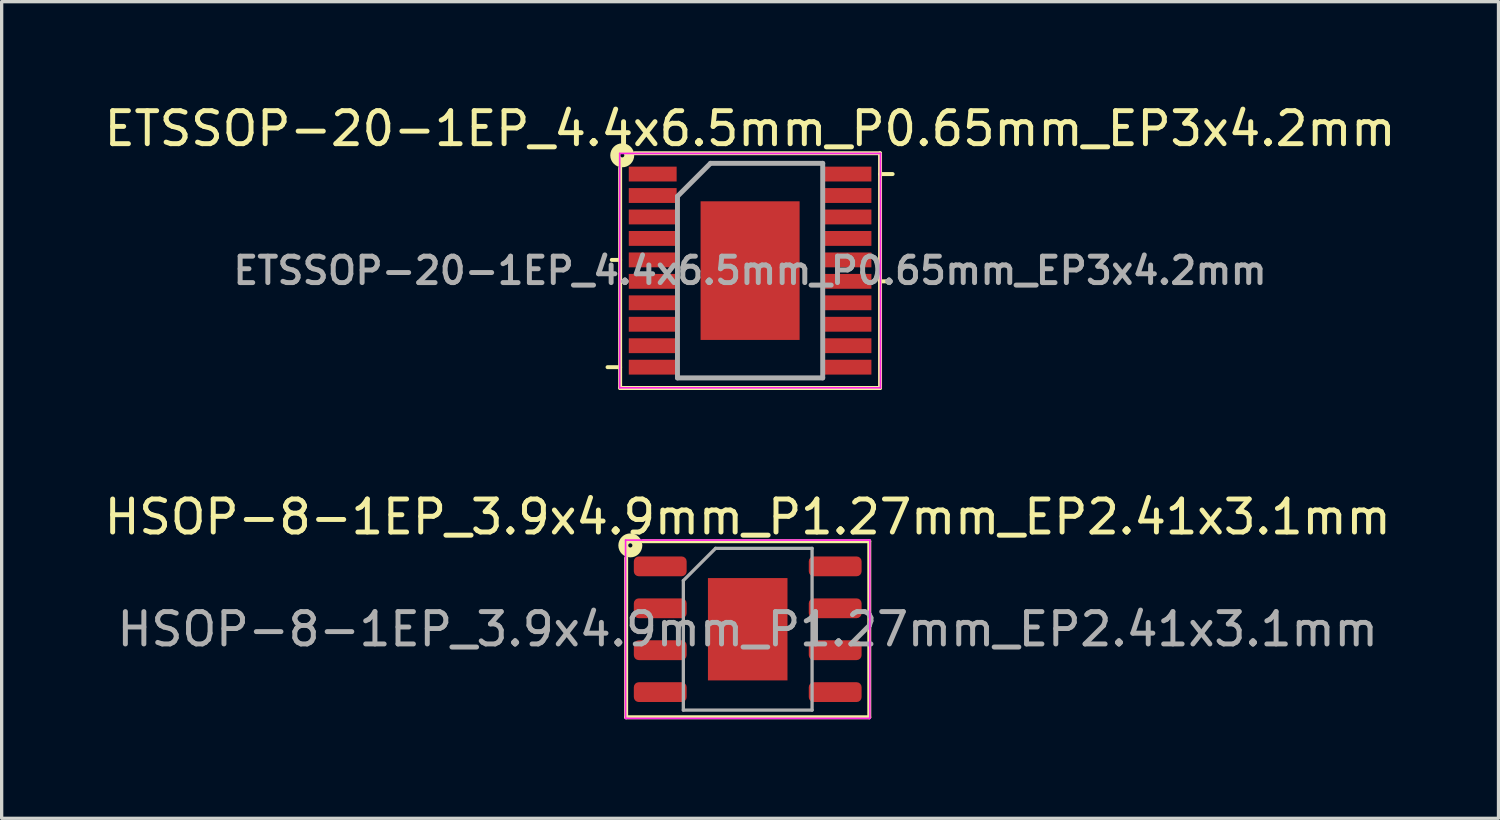
<source format=kicad_pcb>
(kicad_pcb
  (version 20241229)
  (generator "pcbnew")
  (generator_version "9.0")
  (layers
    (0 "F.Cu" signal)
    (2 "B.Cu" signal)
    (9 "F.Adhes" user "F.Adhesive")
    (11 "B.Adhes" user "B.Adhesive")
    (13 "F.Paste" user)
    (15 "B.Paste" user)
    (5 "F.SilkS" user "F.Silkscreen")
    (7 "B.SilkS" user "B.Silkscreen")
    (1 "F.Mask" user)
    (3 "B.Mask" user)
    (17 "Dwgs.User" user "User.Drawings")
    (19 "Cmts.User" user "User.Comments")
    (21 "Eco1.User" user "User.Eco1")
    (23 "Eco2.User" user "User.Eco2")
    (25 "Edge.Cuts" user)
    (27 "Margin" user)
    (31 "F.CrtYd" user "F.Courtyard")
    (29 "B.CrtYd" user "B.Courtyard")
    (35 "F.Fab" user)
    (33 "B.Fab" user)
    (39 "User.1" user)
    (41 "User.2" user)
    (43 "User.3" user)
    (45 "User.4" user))
  (footprint "HSOP-8-1EP_3.9x4.9mm_P1.27mm_EP2.41x3.1mm"
    (layer "F.Cu")
    (at 19.601 16.012)
    (property "Reference" "HSOP-8-1EP_3.9x4.9mm_P1.27mm_EP2.41x3.1mm" (at 0 -3.4 0) (layer "F.SilkS") (effects (font (size 1 1) (thickness 0.15))))
    (attr smd)
    (fp_line (start -3.683 2.667) (end -3.683 -2.159) (stroke (width 0.12) (type solid)) (layer "F.SilkS"))
    (fp_line (start -3.175 -2.667) (end 3.683 -2.667) (stroke (width 0.12) (type solid)) (layer "F.SilkS"))
    (fp_line (start 3.683 -2.667) (end 3.683 2.667) (stroke (width 0.12) (type solid)) (layer "F.SilkS"))
    (fp_line (start 3.683 2.667) (end -3.683 2.667) (stroke (width 0.12) (type solid)) (layer "F.SilkS"))
    (fp_circle (center -3.556 -2.54) (end -3.493 -2.54) (stroke (width 0.3) (type solid)) (fill no) (layer "F.SilkS"))
    (fp_line (start -3.7 -2.7) (end -3.7 2.7) (stroke (width 0.05) (type solid)) (layer "F.CrtYd"))
    (fp_line (start -3.7 2.7) (end 3.7 2.7) (stroke (width 0.05) (type solid)) (layer "F.CrtYd"))
    (fp_line (start 3.7 -2.7) (end -3.7 -2.7) (stroke (width 0.05) (type solid)) (layer "F.CrtYd"))
    (fp_line (start 3.7 2.7) (end 3.7 -2.7) (stroke (width 0.05) (type solid)) (layer "F.CrtYd"))
    (fp_line (start -1.95 -1.475) (end -0.975 -2.45) (stroke (width 0.1) (type solid)) (layer "F.Fab"))
    (fp_line (start -1.95 2.45) (end -1.95 -1.475) (stroke (width 0.1) (type solid)) (layer "F.Fab"))
    (fp_line (start -0.975 -2.45) (end 1.95 -2.45) (stroke (width 0.1) (type solid)) (layer "F.Fab"))
    (fp_line (start 1.95 -2.45) (end 1.95 2.45) (stroke (width 0.1) (type solid)) (layer "F.Fab"))
    (fp_line (start 1.95 2.45) (end -1.95 2.45) (stroke (width 0.1) (type solid)) (layer "F.Fab"))
    (fp_text user "${REFERENCE}" (at 0 0 0) (layer "F.Fab") (effects (font (size 0.98 0.98) (thickness 0.15))))
    (pad "" smd roundrect (at -0.6 -0.775) (size 0.97 1.25) (layers "F.Paste") (roundrect_rratio 0.25))
    (pad "" smd roundrect (at -0.6 0.775) (size 0.97 1.25) (layers "F.Paste") (roundrect_rratio 0.25))
    (pad "" smd roundrect (at 0.6 -0.775) (size 0.97 1.25) (layers "F.Paste") (roundrect_rratio 0.25))
    (pad "" smd roundrect (at 0.6 0.775) (size 0.97 1.25) (layers "F.Paste") (roundrect_rratio 0.25))
    (pad "1" smd roundrect (at -2.65 -1.905) (size 1.6 0.6) (layers "F.Cu" "F.Mask" "F.Paste") (roundrect_rratio 0.25))
    (pad "2" smd roundrect (at -2.65 -0.635) (size 1.6 0.6) (layers "F.Cu" "F.Mask" "F.Paste") (roundrect_rratio 0.25))
    (pad "3" smd roundrect (at -2.65 0.635) (size 1.6 0.6) (layers "F.Cu" "F.Mask" "F.Paste") (roundrect_rratio 0.25))
    (pad "4" smd roundrect (at -2.65 1.905) (size 1.6 0.6) (layers "F.Cu" "F.Mask" "F.Paste") (roundrect_rratio 0.25))
    (pad "5" smd roundrect (at 2.65 1.905) (size 1.6 0.6) (layers "F.Cu" "F.Mask" "F.Paste") (roundrect_rratio 0.25))
    (pad "6" smd roundrect (at 2.65 0.635) (size 1.6 0.6) (layers "F.Cu" "F.Mask" "F.Paste") (roundrect_rratio 0.25))
    (pad "7" smd roundrect (at 2.65 -0.635) (size 1.6 0.6) (layers "F.Cu" "F.Mask" "F.Paste") (roundrect_rratio 0.25))
    (pad "8" smd roundrect (at 2.65 -1.905) (size 1.6 0.6) (layers "F.Cu" "F.Mask" "F.Paste") (roundrect_rratio 0.25))
    (pad "9" smd rect (at 0 0) (size 2.41 3.1) (layers "F.Cu" "F.Mask")))
  (footprint "ETSSOP-20-1EP_4.4x6.5mm_P0.65mm_EP3x4.2mm"
    (layer "F.Cu")
    (at 19.673 5.148)
    (property "Reference" "ETSSOP-20-1EP_4.4x6.5mm_P0.65mm_EP3x4.2mm" (at 0 -4.3 0) (layer "F.SilkS") (effects (font (size 1 1) (thickness 0.15))))
    (attr smd)
    (fp_line (start -3.937 -0.325) (end -4.191 -0.325) (stroke (width 0.12) (type solid)) (layer "F.SilkS"))
    (fp_line (start -3.937 2.925) (end -4.318 2.925) (stroke (width 0.12) (type solid)) (layer "F.SilkS"))
    (fp_line (start -3.937 3.556) (end -3.937 -3.111) (stroke (width 0.12) (type solid)) (layer "F.SilkS"))
    (fp_line (start -3.493 -3.556) (end 3.937 -3.556) (stroke (width 0.12) (type solid)) (layer "F.SilkS"))
    (fp_line (start 3.937 -3.556) (end 3.937 3.556) (stroke (width 0.12) (type solid)) (layer "F.SilkS"))
    (fp_line (start 3.937 -2.925) (end 4.318 -2.925) (stroke (width 0.12) (type solid)) (layer "F.SilkS"))
    (fp_line (start 3.937 0.325) (end 4.191 0.325) (stroke (width 0.12) (type solid)) (layer "F.SilkS"))
    (fp_line (start 3.937 3.556) (end -3.937 3.556) (stroke (width 0.12) (type solid)) (layer "F.SilkS"))
    (fp_circle (center -3.873 -3.493) (end -3.81 -3.493) (stroke (width 0.3) (type solid)) (fill no) (layer "F.SilkS"))
    (fp_line (start -3.95 -3.55) (end -3.95 3.55) (stroke (width 0.05) (type solid)) (layer "F.CrtYd"))
    (fp_line (start -3.95 -3.55) (end 3.95 -3.55) (stroke (width 0.05) (type solid)) (layer "F.CrtYd"))
    (fp_line (start -3.95 3.55) (end 3.95 3.55) (stroke (width 0.05) (type solid)) (layer "F.CrtYd"))
    (fp_line (start 3.95 -3.55) (end 3.95 3.55) (stroke (width 0.05) (type solid)) (layer "F.CrtYd"))
    (fp_line (start -2.2 -2.25) (end -1.2 -3.25) (stroke (width 0.15) (type solid)) (layer "F.Fab"))
    (fp_line (start -2.2 3.25) (end -2.2 -2.25) (stroke (width 0.15) (type solid)) (layer "F.Fab"))
    (fp_line (start -1.2 -3.25) (end 2.2 -3.25) (stroke (width 0.15) (type solid)) (layer "F.Fab"))
    (fp_line (start 2.2 -3.25) (end 2.2 3.25) (stroke (width 0.15) (type solid)) (layer "F.Fab"))
    (fp_line (start 2.2 3.25) (end -2.2 3.25) (stroke (width 0.15) (type solid)) (layer "F.Fab"))
    (fp_text user "${REFERENCE}" (at 0 0 0) (layer "F.Fab") (effects (font (size 0.8 0.8) (thickness 0.15))))
    (pad "" smd rect (at -0.75 -1.4) (size 1.2 1.14) (layers "F.Paste"))
    (pad "" smd rect (at -0.75 0) (size 1.2 1.14) (layers "F.Paste"))
    (pad "" smd rect (at -0.75 1.4) (size 1.2 1.14) (layers "F.Paste"))
    (pad "" smd rect (at 0.75 -1.4) (size 1.2 1.14) (layers "F.Paste"))
    (pad "" smd rect (at 0.75 0) (size 1.2 1.14) (layers "F.Paste"))
    (pad "" smd rect (at 0.75 1.4) (size 1.2 1.14) (layers "F.Paste"))
    (pad "1" smd rect (at -2.95 -2.925) (size 1.45 0.45) (layers "F.Cu" "F.Mask" "F.Paste"))
    (pad "2" smd rect (at -2.95 -2.275) (size 1.45 0.45) (layers "F.Cu" "F.Mask" "F.Paste"))
    (pad "3" smd rect (at -2.95 -1.625) (size 1.45 0.45) (layers "F.Cu" "F.Mask" "F.Paste"))
    (pad "4" smd rect (at -2.95 -0.975) (size 1.45 0.45) (layers "F.Cu" "F.Mask" "F.Paste"))
    (pad "5" smd rect (at -2.95 -0.325) (size 1.45 0.45) (layers "F.Cu" "F.Mask" "F.Paste"))
    (pad "6" smd rect (at -2.95 0.325) (size 1.45 0.45) (layers "F.Cu" "F.Mask" "F.Paste"))
    (pad "7" smd rect (at -2.95 0.975) (size 1.45 0.45) (layers "F.Cu" "F.Mask" "F.Paste"))
    (pad "8" smd rect (at -2.95 1.625) (size 1.45 0.45) (layers "F.Cu" "F.Mask" "F.Paste"))
    (pad "9" smd rect (at -2.95 2.275) (size 1.45 0.45) (layers "F.Cu" "F.Mask" "F.Paste"))
    (pad "10" smd rect (at -2.95 2.925) (size 1.45 0.45) (layers "F.Cu" "F.Mask" "F.Paste"))
    (pad "11" smd rect (at 2.95 2.925) (size 1.45 0.45) (layers "F.Cu" "F.Mask" "F.Paste"))
    (pad "12" smd rect (at 2.95 2.275) (size 1.45 0.45) (layers "F.Cu" "F.Mask" "F.Paste"))
    (pad "13" smd rect (at 2.95 1.625) (size 1.45 0.45) (layers "F.Cu" "F.Mask" "F.Paste"))
    (pad "14" smd rect (at 2.95 0.975) (size 1.45 0.45) (layers "F.Cu" "F.Mask" "F.Paste"))
    (pad "15" smd rect (at 2.95 0.325) (size 1.45 0.45) (layers "F.Cu" "F.Mask" "F.Paste"))
    (pad "16" smd rect (at 2.95 -0.325) (size 1.45 0.45) (layers "F.Cu" "F.Mask" "F.Paste"))
    (pad "17" smd rect (at 2.95 -0.975) (size 1.45 0.45) (layers "F.Cu" "F.Mask" "F.Paste"))
    (pad "18" smd rect (at 2.95 -1.625) (size 1.45 0.45) (layers "F.Cu" "F.Mask" "F.Paste"))
    (pad "19" smd rect (at 2.95 -2.275) (size 1.45 0.45) (layers "F.Cu" "F.Mask" "F.Paste"))
    (pad "20" smd rect (at 2.95 -2.925) (size 1.45 0.45) (layers "F.Cu" "F.Mask" "F.Paste"))
    (pad "21" smd rect (at 0 0) (size 3 4.2) (layers "F.Cu" "F.Mask" "F.Paste")))
  (gr_rect
    (start -3 -3)
    (end 42.345 21.739)
    (stroke (width 0.1) (type default))
    (fill no)
    (layer "Edge.Cuts")))
</source>
